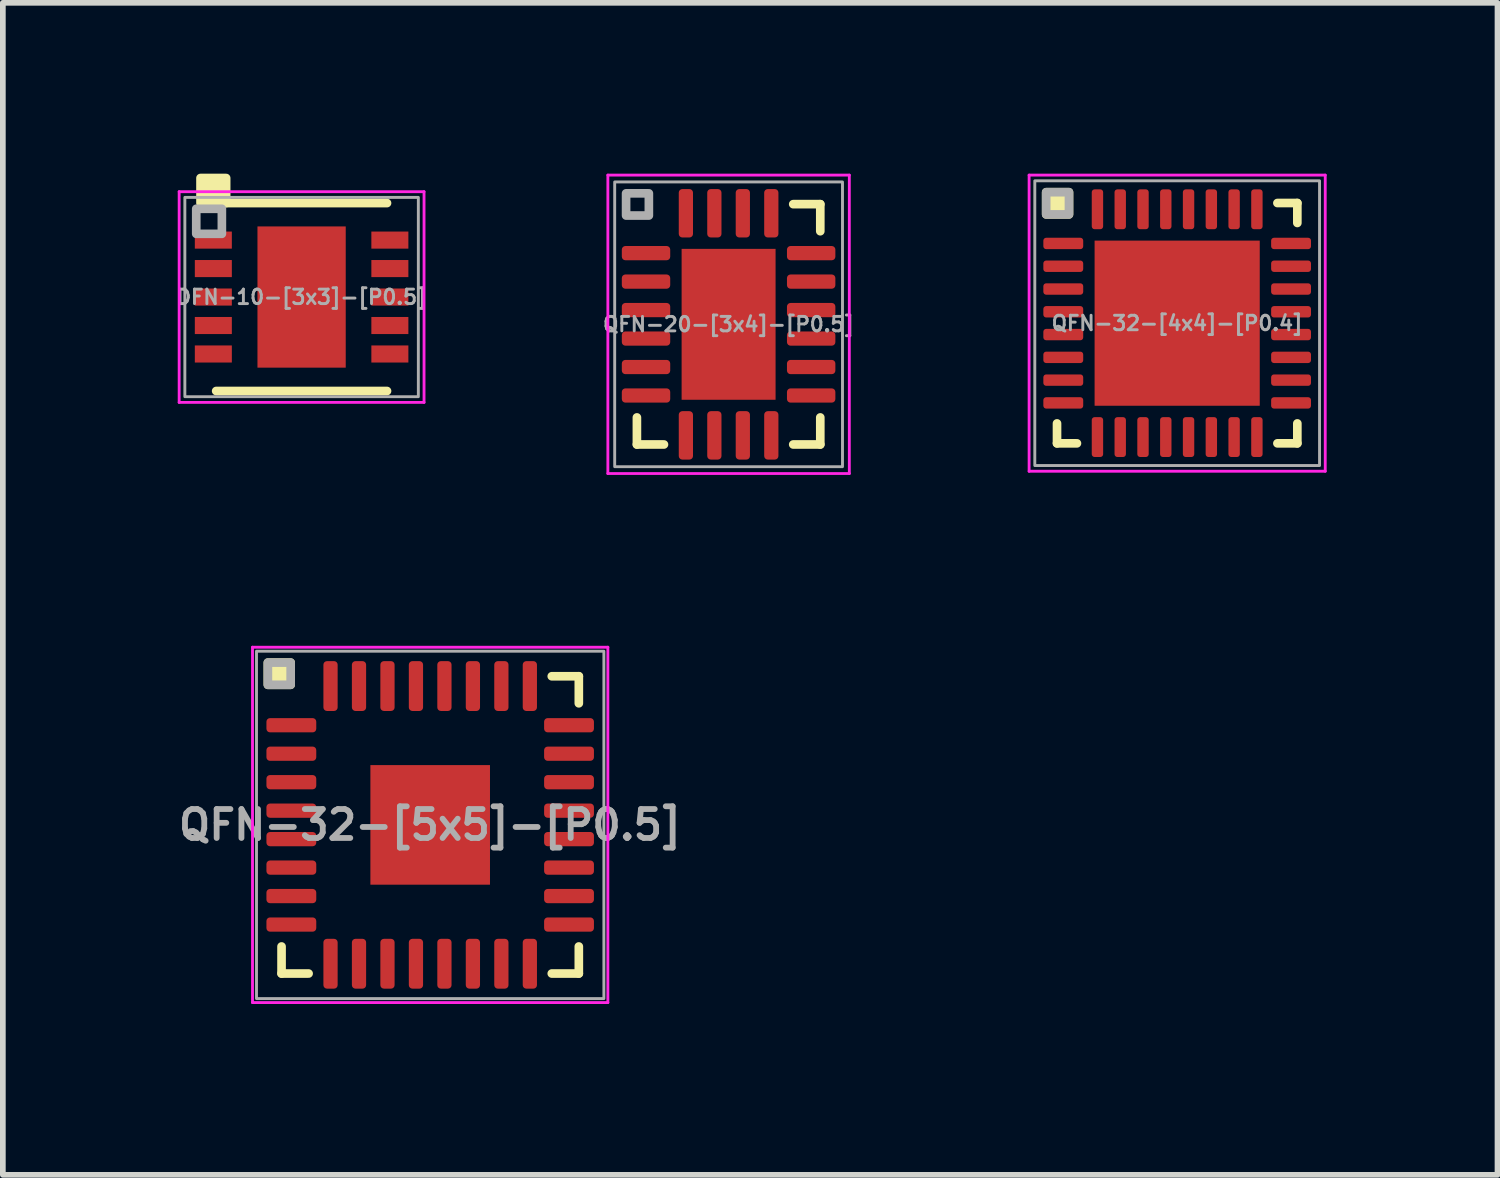
<source format=kicad_pcb>
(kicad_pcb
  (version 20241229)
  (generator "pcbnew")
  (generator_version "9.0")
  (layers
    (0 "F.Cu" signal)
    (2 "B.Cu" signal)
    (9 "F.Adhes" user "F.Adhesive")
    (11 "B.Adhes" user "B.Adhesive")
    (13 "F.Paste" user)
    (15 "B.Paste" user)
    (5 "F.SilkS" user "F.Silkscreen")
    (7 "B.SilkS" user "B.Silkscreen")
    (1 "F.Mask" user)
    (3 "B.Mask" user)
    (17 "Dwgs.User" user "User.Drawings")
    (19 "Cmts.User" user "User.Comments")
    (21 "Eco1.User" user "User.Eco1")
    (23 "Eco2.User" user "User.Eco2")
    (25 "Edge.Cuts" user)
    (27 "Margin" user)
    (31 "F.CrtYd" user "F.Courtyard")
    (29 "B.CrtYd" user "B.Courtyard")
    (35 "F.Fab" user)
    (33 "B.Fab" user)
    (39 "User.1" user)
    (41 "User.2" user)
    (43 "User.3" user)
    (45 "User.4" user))
  (footprint "QFN-20-[3x4]-[P0.5]"
    (layer "F.Cu")
    (at 9.744 2.645)
    (property "Reference" "QFN-20-[3x4]-[P0.5]" (at 0 0 0) (layer "F.Fab") (effects (font (size 0.254 0.254) (thickness 0.051))))
    (attr smd)
    (fp_line (start -1.61 2.11) (end -1.61 1.635) (stroke (width 0.152) (type solid)) (layer "F.SilkS"))
    (fp_line (start -1.135 2.11) (end -1.61 2.11) (stroke (width 0.152) (type solid)) (layer "F.SilkS"))
    (fp_line (start 1.135 -2.11) (end 1.61 -2.11) (stroke (width 0.152) (type solid)) (layer "F.SilkS"))
    (fp_line (start 1.135 2.11) (end 1.61 2.11) (stroke (width 0.152) (type solid)) (layer "F.SilkS"))
    (fp_line (start 1.61 -2.11) (end 1.61 -1.635) (stroke (width 0.152) (type solid)) (layer "F.SilkS"))
    (fp_line (start 1.61 2.11) (end 1.61 1.635) (stroke (width 0.152) (type solid)) (layer "F.SilkS"))
    (fp_line (start -2.12 -2.62) (end -2.12 2.62) (stroke (width 0.05) (type solid)) (layer "F.CrtYd"))
    (fp_line (start -2.12 2.62) (end 2.12 2.62) (stroke (width 0.05) (type solid)) (layer "F.CrtYd"))
    (fp_line (start 2.12 -2.62) (end -2.12 -2.62) (stroke (width 0.05) (type solid)) (layer "F.CrtYd"))
    (fp_line (start 2.12 2.62) (end 2.12 -2.62) (stroke (width 0.05) (type solid)) (layer "F.CrtYd"))
    (fp_rect (start -2 -2.5) (end 2 2.5) (stroke (width 0.051) (type solid)) (fill no) (layer "F.Fab"))
    (fp_rect (start -1.8 -1.91) (end -1.4 -2.3) (stroke (width 0.152) (type solid)) (fill no) (layer "F.Fab"))
    (pad "" smd roundrect (at -0.41 -0.66) (size 0.67 1.07) (layers "F.Paste") (roundrect_rratio 0.25))
    (pad "" smd roundrect (at -0.41 0.66) (size 0.67 1.07) (layers "F.Paste") (roundrect_rratio 0.25))
    (pad "" smd roundrect (at 0.41 -0.66) (size 0.67 1.07) (layers "F.Paste") (roundrect_rratio 0.25))
    (pad "" smd roundrect (at 0.41 0.66) (size 0.67 1.07) (layers "F.Paste") (roundrect_rratio 0.25))
    (pad "1" smd roundrect (at -1.45 -1.25) (size 0.85 0.25) (layers "F.Cu" "F.Mask" "F.Paste") (roundrect_rratio 0.25))
    (pad "2" smd roundrect (at -1.45 -0.75) (size 0.85 0.25) (layers "F.Cu" "F.Mask" "F.Paste") (roundrect_rratio 0.25))
    (pad "3" smd roundrect (at -1.45 -0.25) (size 0.85 0.25) (layers "F.Cu" "F.Mask" "F.Paste") (roundrect_rratio 0.25))
    (pad "4" smd roundrect (at -1.45 0.25) (size 0.85 0.25) (layers "F.Cu" "F.Mask" "F.Paste") (roundrect_rratio 0.25))
    (pad "5" smd roundrect (at -1.45 0.75) (size 0.85 0.25) (layers "F.Cu" "F.Mask" "F.Paste") (roundrect_rratio 0.25))
    (pad "6" smd roundrect (at -1.45 1.25) (size 0.85 0.25) (layers "F.Cu" "F.Mask" "F.Paste") (roundrect_rratio 0.25))
    (pad "7" smd roundrect (at -0.75 1.95) (size 0.25 0.85) (layers "F.Cu" "F.Mask" "F.Paste") (roundrect_rratio 0.25))
    (pad "8" smd roundrect (at -0.25 1.95) (size 0.25 0.85) (layers "F.Cu" "F.Mask" "F.Paste") (roundrect_rratio 0.25))
    (pad "9" smd roundrect (at 0.25 1.95) (size 0.25 0.85) (layers "F.Cu" "F.Mask" "F.Paste") (roundrect_rratio 0.25))
    (pad "10" smd roundrect (at 0.75 1.95) (size 0.25 0.85) (layers "F.Cu" "F.Mask" "F.Paste") (roundrect_rratio 0.25))
    (pad "11" smd roundrect (at 1.45 1.25) (size 0.85 0.25) (layers "F.Cu" "F.Mask" "F.Paste") (roundrect_rratio 0.25))
    (pad "12" smd roundrect (at 1.45 0.75) (size 0.85 0.25) (layers "F.Cu" "F.Mask" "F.Paste") (roundrect_rratio 0.25))
    (pad "13" smd roundrect (at 1.45 0.25) (size 0.85 0.25) (layers "F.Cu" "F.Mask" "F.Paste") (roundrect_rratio 0.25))
    (pad "14" smd roundrect (at 1.45 -0.25) (size 0.85 0.25) (layers "F.Cu" "F.Mask" "F.Paste") (roundrect_rratio 0.25))
    (pad "15" smd roundrect (at 1.45 -0.75) (size 0.85 0.25) (layers "F.Cu" "F.Mask" "F.Paste") (roundrect_rratio 0.25))
    (pad "16" smd roundrect (at 1.45 -1.25) (size 0.85 0.25) (layers "F.Cu" "F.Mask" "F.Paste") (roundrect_rratio 0.25))
    (pad "17" smd roundrect (at 0.75 -1.95) (size 0.25 0.85) (layers "F.Cu" "F.Mask" "F.Paste") (roundrect_rratio 0.25))
    (pad "18" smd roundrect (at 0.25 -1.95) (size 0.25 0.85) (layers "F.Cu" "F.Mask" "F.Paste") (roundrect_rratio 0.25))
    (pad "19" smd roundrect (at -0.25 -1.95) (size 0.25 0.85) (layers "F.Cu" "F.Mask" "F.Paste") (roundrect_rratio 0.25))
    (pad "20" smd roundrect (at -0.75 -1.95) (size 0.25 0.85) (layers "F.Cu" "F.Mask" "F.Paste") (roundrect_rratio 0.25))
    (pad "21" smd rect (at 0 0) (size 1.65 2.65) (layers "F.Cu" "F.Mask")))
  (footprint "DFN-10-[3x3]-[P0.5]"
    (layer "F.Cu")
    (at 2.246 2.166)
    (property "Reference" "DFN-10-[3x3]-[P0.5]" (at 0 0 180) (layer "F.Fab") (effects (font (size 0.254 0.254) (thickness 0.051))))
    (attr smd)
    (fp_line (start -1.5 1.65) (end 1.5 1.65) (stroke (width 0.152) (type solid)) (layer "F.SilkS"))
    (fp_line (start -1.325 -1.65) (end 1.5 -1.65) (stroke (width 0.152) (type solid)) (layer "F.SilkS"))
    (fp_rect (start -1.775 -1.65) (end -1.325 -2.09) (stroke (width 0.152) (type solid)) (fill yes) (layer "F.SilkS"))
    (fp_line (start -2.15 -1.85) (end -2.15 1.85) (stroke (width 0.05) (type solid)) (layer "F.CrtYd"))
    (fp_line (start -2.15 -1.85) (end 2.15 -1.85) (stroke (width 0.05) (type solid)) (layer "F.CrtYd"))
    (fp_line (start -2.15 1.85) (end 2.15 1.85) (stroke (width 0.05) (type solid)) (layer "F.CrtYd"))
    (fp_line (start 2.15 -1.85) (end 2.15 1.85) (stroke (width 0.05) (type solid)) (layer "F.CrtYd"))
    (fp_rect (start -2.05 -1.75) (end 2.05 1.75) (stroke (width 0.051) (type solid)) (fill no) (layer "F.Fab"))
    (fp_rect (start -1.85 -1.11) (end -1.4 -1.55) (stroke (width 0.152) (type solid)) (fill no) (layer "F.Fab"))
    (pad "" smd rect (at -0.388 -0.62) (size 0.6 1.05) (layers "F.Paste"))
    (pad "" smd rect (at -0.388 0.62) (size 0.6 1.05) (layers "F.Paste"))
    (pad "" smd rect (at 0.388 -0.62) (size 0.6 1.05) (layers "F.Paste"))
    (pad "" smd rect (at 0.388 0.62) (size 0.6 1.05) (layers "F.Paste"))
    (pad "1" smd rect (at -1.55 -1) (size 0.65 0.3) (layers "F.Cu" "F.Mask" "F.Paste"))
    (pad "2" smd rect (at -1.55 -0.5) (size 0.65 0.3) (layers "F.Cu" "F.Mask" "F.Paste"))
    (pad "3" smd rect (at -1.55 0) (size 0.65 0.3) (layers "F.Cu" "F.Mask" "F.Paste"))
    (pad "4" smd rect (at -1.55 0.5) (size 0.65 0.3) (layers "F.Cu" "F.Mask" "F.Paste"))
    (pad "5" smd rect (at -1.55 1) (size 0.65 0.3) (layers "F.Cu" "F.Mask" "F.Paste"))
    (pad "6" smd rect (at 1.55 1) (size 0.65 0.3) (layers "F.Cu" "F.Mask" "F.Paste"))
    (pad "7" smd rect (at 1.55 0.5) (size 0.65 0.3) (layers "F.Cu" "F.Mask" "F.Paste"))
    (pad "8" smd rect (at 1.55 0) (size 0.65 0.3) (layers "F.Cu" "F.Mask" "F.Paste"))
    (pad "9" smd rect (at 1.55 -0.5) (size 0.65 0.3) (layers "F.Cu" "F.Mask" "F.Paste"))
    (pad "10" smd rect (at 1.55 -1) (size 0.65 0.3) (layers "F.Cu" "F.Mask" "F.Paste"))
    (pad "11" smd rect (at 0 0) (size 1.55 2.48) (layers "F.Cu" "F.Mask")))
  (footprint "QFN-32-[4x4]-[P0.4]"
    (layer "F.Cu")
    (at 17.621 2.625)
    (property "Reference" "QFN-32-[4x4]-[P0.4]" (at 0 0 0) (layer "F.Fab") (effects (font (size 0.254 0.254) (thickness 0.051))))
    (attr smd)
    (fp_line (start -2.11 2.11) (end -2.11 1.76) (stroke (width 0.152) (type solid)) (layer "F.SilkS"))
    (fp_line (start -1.76 2.11) (end -2.11 2.11) (stroke (width 0.152) (type solid)) (layer "F.SilkS"))
    (fp_line (start 1.76 -2.11) (end 2.11 -2.11) (stroke (width 0.152) (type solid)) (layer "F.SilkS"))
    (fp_line (start 1.76 2.11) (end 2.11 2.11) (stroke (width 0.152) (type solid)) (layer "F.SilkS"))
    (fp_line (start 2.11 -2.11) (end 2.11 -1.76) (stroke (width 0.152) (type solid)) (layer "F.SilkS"))
    (fp_line (start 2.11 2.11) (end 2.11 1.76) (stroke (width 0.152) (type solid)) (layer "F.SilkS"))
    (fp_rect (start -2.3 -1.91) (end -1.9 -2.3) (stroke (width 0.152) (type solid)) (fill yes) (layer "F.SilkS"))
    (fp_line (start -2.6 -2.6) (end -2.6 2.6) (stroke (width 0.05) (type solid)) (layer "F.CrtYd"))
    (fp_line (start -2.6 2.6) (end 2.6 2.6) (stroke (width 0.05) (type solid)) (layer "F.CrtYd"))
    (fp_line (start 2.6 -2.6) (end -2.6 -2.6) (stroke (width 0.05) (type solid)) (layer "F.CrtYd"))
    (fp_line (start 2.6 2.6) (end 2.6 -2.6) (stroke (width 0.05) (type solid)) (layer "F.CrtYd"))
    (fp_rect (start -2.5 -2.5) (end 2.5 2.5) (stroke (width 0.051) (type solid)) (fill no) (layer "F.Fab"))
    (fp_rect (start -2.3 -1.91) (end -1.9 -2.3) (stroke (width 0.152) (type solid)) (fill no) (layer "F.Fab"))
    (pad "" smd roundrect (at -0.725 -0.725) (size 1.17 1.17) (layers "F.Paste") (roundrect_rratio 0.214))
    (pad "" smd roundrect (at -0.725 0.725) (size 1.17 1.17) (layers "F.Paste") (roundrect_rratio 0.214))
    (pad "" smd roundrect (at 0.725 -0.725) (size 1.17 1.17) (layers "F.Paste") (roundrect_rratio 0.214))
    (pad "" smd roundrect (at 0.725 0.725) (size 1.17 1.17) (layers "F.Paste") (roundrect_rratio 0.214))
    (pad "1" smd roundrect (at -2 -1.4) (size 0.7 0.2) (layers "F.Cu" "F.Mask" "F.Paste") (roundrect_rratio 0.25))
    (pad "2" smd roundrect (at -2 -1) (size 0.7 0.2) (layers "F.Cu" "F.Mask" "F.Paste") (roundrect_rratio 0.25))
    (pad "3" smd roundrect (at -2 -0.6) (size 0.7 0.2) (layers "F.Cu" "F.Mask" "F.Paste") (roundrect_rratio 0.25))
    (pad "4" smd roundrect (at -2 -0.2) (size 0.7 0.2) (layers "F.Cu" "F.Mask" "F.Paste") (roundrect_rratio 0.25))
    (pad "5" smd roundrect (at -2 0.2) (size 0.7 0.2) (layers "F.Cu" "F.Mask" "F.Paste") (roundrect_rratio 0.25))
    (pad "6" smd roundrect (at -2 0.6) (size 0.7 0.2) (layers "F.Cu" "F.Mask" "F.Paste") (roundrect_rratio 0.25))
    (pad "7" smd roundrect (at -2 1) (size 0.7 0.2) (layers "F.Cu" "F.Mask" "F.Paste") (roundrect_rratio 0.25))
    (pad "8" smd roundrect (at -2 1.4) (size 0.7 0.2) (layers "F.Cu" "F.Mask" "F.Paste") (roundrect_rratio 0.25))
    (pad "9" smd roundrect (at -1.4 2) (size 0.2 0.7) (layers "F.Cu" "F.Mask" "F.Paste") (roundrect_rratio 0.25))
    (pad "10" smd roundrect (at -1 2) (size 0.2 0.7) (layers "F.Cu" "F.Mask" "F.Paste") (roundrect_rratio 0.25))
    (pad "11" smd roundrect (at -0.6 2) (size 0.2 0.7) (layers "F.Cu" "F.Mask" "F.Paste") (roundrect_rratio 0.25))
    (pad "12" smd roundrect (at -0.2 2) (size 0.2 0.7) (layers "F.Cu" "F.Mask" "F.Paste") (roundrect_rratio 0.25))
    (pad "13" smd roundrect (at 0.2 2) (size 0.2 0.7) (layers "F.Cu" "F.Mask" "F.Paste") (roundrect_rratio 0.25))
    (pad "14" smd roundrect (at 0.6 2) (size 0.2 0.7) (layers "F.Cu" "F.Mask" "F.Paste") (roundrect_rratio 0.25))
    (pad "15" smd roundrect (at 1 2) (size 0.2 0.7) (layers "F.Cu" "F.Mask" "F.Paste") (roundrect_rratio 0.25))
    (pad "16" smd roundrect (at 1.4 2) (size 0.2 0.7) (layers "F.Cu" "F.Mask" "F.Paste") (roundrect_rratio 0.25))
    (pad "17" smd roundrect (at 2 1.4) (size 0.7 0.2) (layers "F.Cu" "F.Mask" "F.Paste") (roundrect_rratio 0.25))
    (pad "18" smd roundrect (at 2 1) (size 0.7 0.2) (layers "F.Cu" "F.Mask" "F.Paste") (roundrect_rratio 0.25))
    (pad "19" smd roundrect (at 2 0.6) (size 0.7 0.2) (layers "F.Cu" "F.Mask" "F.Paste") (roundrect_rratio 0.25))
    (pad "20" smd roundrect (at 2 0.2) (size 0.7 0.2) (layers "F.Cu" "F.Mask" "F.Paste") (roundrect_rratio 0.25))
    (pad "21" smd roundrect (at 2 -0.2) (size 0.7 0.2) (layers "F.Cu" "F.Mask" "F.Paste") (roundrect_rratio 0.25))
    (pad "22" smd roundrect (at 2 -0.6) (size 0.7 0.2) (layers "F.Cu" "F.Mask" "F.Paste") (roundrect_rratio 0.25))
    (pad "23" smd roundrect (at 2 -1) (size 0.7 0.2) (layers "F.Cu" "F.Mask" "F.Paste") (roundrect_rratio 0.25))
    (pad "24" smd roundrect (at 2 -1.4) (size 0.7 0.2) (layers "F.Cu" "F.Mask" "F.Paste") (roundrect_rratio 0.25))
    (pad "25" smd roundrect (at 1.4 -2) (size 0.2 0.7) (layers "F.Cu" "F.Mask" "F.Paste") (roundrect_rratio 0.25))
    (pad "26" smd roundrect (at 1 -2) (size 0.2 0.7) (layers "F.Cu" "F.Mask" "F.Paste") (roundrect_rratio 0.25))
    (pad "27" smd roundrect (at 0.6 -2) (size 0.2 0.7) (layers "F.Cu" "F.Mask" "F.Paste") (roundrect_rratio 0.25))
    (pad "28" smd roundrect (at 0.2 -2) (size 0.2 0.7) (layers "F.Cu" "F.Mask" "F.Paste") (roundrect_rratio 0.25))
    (pad "29" smd roundrect (at -0.2 -2) (size 0.2 0.7) (layers "F.Cu" "F.Mask" "F.Paste") (roundrect_rratio 0.25))
    (pad "30" smd roundrect (at -0.6 -2) (size 0.2 0.7) (layers "F.Cu" "F.Mask" "F.Paste") (roundrect_rratio 0.25))
    (pad "31" smd roundrect (at -1 -2) (size 0.2 0.7) (layers "F.Cu" "F.Mask" "F.Paste") (roundrect_rratio 0.25))
    (pad "32" smd roundrect (at -1.4 -2) (size 0.2 0.7) (layers "F.Cu" "F.Mask" "F.Paste") (roundrect_rratio 0.25))
    (pad "33" smd rect (at 0 0) (size 2.9 2.9) (layers "F.Cu" "F.Mask")))
  (footprint "QFN-32-[5x5]-[P0.5]"
    (layer "F.Cu")
    (at 4.504 11.435)
    (property "Reference" "QFN-32-[5x5]-[P0.5]" (at 0 0 0) (layer "F.Fab") (effects (font (size 0.508 0.508) (thickness 0.102))))
    (attr smd)
    (fp_line (start -2.61 2.61) (end -2.61 2.135) (stroke (width 0.152) (type solid)) (layer "F.SilkS"))
    (fp_line (start -2.135 2.61) (end -2.61 2.61) (stroke (width 0.152) (type solid)) (layer "F.SilkS"))
    (fp_line (start 2.135 -2.61) (end 2.61 -2.61) (stroke (width 0.152) (type solid)) (layer "F.SilkS"))
    (fp_line (start 2.135 2.61) (end 2.61 2.61) (stroke (width 0.152) (type solid)) (layer "F.SilkS"))
    (fp_line (start 2.61 -2.61) (end 2.61 -2.135) (stroke (width 0.152) (type solid)) (layer "F.SilkS"))
    (fp_line (start 2.61 2.61) (end 2.61 2.135) (stroke (width 0.152) (type solid)) (layer "F.SilkS"))
    (fp_rect (start -2.85 -2.46) (end -2.45 -2.85) (stroke (width 0.152) (type solid)) (fill yes) (layer "F.SilkS"))
    (fp_line (start -3.12 -3.12) (end -3.12 3.12) (stroke (width 0.05) (type solid)) (layer "F.CrtYd"))
    (fp_line (start -3.12 3.12) (end 3.12 3.12) (stroke (width 0.05) (type solid)) (layer "F.CrtYd"))
    (fp_line (start 3.12 -3.12) (end -3.12 -3.12) (stroke (width 0.05) (type solid)) (layer "F.CrtYd"))
    (fp_line (start 3.12 3.12) (end 3.12 -3.12) (stroke (width 0.05) (type solid)) (layer "F.CrtYd"))
    (fp_rect (start -3.05 -3.05) (end 3.05 3.05) (stroke (width 0.051) (type solid)) (fill no) (layer "F.Fab"))
    (fp_rect (start -2.85 -2.46) (end -2.45 -2.85) (stroke (width 0.152) (type solid)) (fill no) (layer "F.Fab"))
    (pad "1" smd roundrect (at -2.438 -1.75) (size 0.875 0.25) (layers "F.Cu" "F.Mask" "F.Paste") (roundrect_rratio 0.25))
    (pad "2" smd roundrect (at -2.438 -1.25) (size 0.875 0.25) (layers "F.Cu" "F.Mask" "F.Paste") (roundrect_rratio 0.25))
    (pad "3" smd roundrect (at -2.438 -0.75) (size 0.875 0.25) (layers "F.Cu" "F.Mask" "F.Paste") (roundrect_rratio 0.25))
    (pad "4" smd roundrect (at -2.438 -0.25) (size 0.875 0.25) (layers "F.Cu" "F.Mask" "F.Paste") (roundrect_rratio 0.25))
    (pad "5" smd roundrect (at -2.438 0.25) (size 0.875 0.25) (layers "F.Cu" "F.Mask" "F.Paste") (roundrect_rratio 0.25))
    (pad "6" smd roundrect (at -2.438 0.75) (size 0.875 0.25) (layers "F.Cu" "F.Mask" "F.Paste") (roundrect_rratio 0.25))
    (pad "7" smd roundrect (at -2.438 1.25) (size 0.875 0.25) (layers "F.Cu" "F.Mask" "F.Paste") (roundrect_rratio 0.25))
    (pad "8" smd roundrect (at -2.438 1.75) (size 0.875 0.25) (layers "F.Cu" "F.Mask" "F.Paste") (roundrect_rratio 0.25))
    (pad "9" smd roundrect (at -1.75 2.438) (size 0.25 0.875) (layers "F.Cu" "F.Mask" "F.Paste") (roundrect_rratio 0.25))
    (pad "10" smd roundrect (at -1.25 2.438) (size 0.25 0.875) (layers "F.Cu" "F.Mask" "F.Paste") (roundrect_rratio 0.25))
    (pad "11" smd roundrect (at -0.75 2.438) (size 0.25 0.875) (layers "F.Cu" "F.Mask" "F.Paste") (roundrect_rratio 0.25))
    (pad "12" smd roundrect (at -0.25 2.438) (size 0.25 0.875) (layers "F.Cu" "F.Mask" "F.Paste") (roundrect_rratio 0.25))
    (pad "13" smd roundrect (at 0.25 2.438) (size 0.25 0.875) (layers "F.Cu" "F.Mask" "F.Paste") (roundrect_rratio 0.25))
    (pad "14" smd roundrect (at 0.75 2.438) (size 0.25 0.875) (layers "F.Cu" "F.Mask" "F.Paste") (roundrect_rratio 0.25))
    (pad "15" smd roundrect (at 1.25 2.438) (size 0.25 0.875) (layers "F.Cu" "F.Mask" "F.Paste") (roundrect_rratio 0.25))
    (pad "16" smd roundrect (at 1.75 2.438) (size 0.25 0.875) (layers "F.Cu" "F.Mask" "F.Paste") (roundrect_rratio 0.25))
    (pad "17" smd roundrect (at 2.438 1.75) (size 0.875 0.25) (layers "F.Cu" "F.Mask" "F.Paste") (roundrect_rratio 0.25))
    (pad "18" smd roundrect (at 2.438 1.25) (size 0.875 0.25) (layers "F.Cu" "F.Mask" "F.Paste") (roundrect_rratio 0.25))
    (pad "19" smd roundrect (at 2.438 0.75) (size 0.875 0.25) (layers "F.Cu" "F.Mask" "F.Paste") (roundrect_rratio 0.25))
    (pad "20" smd roundrect (at 2.438 0.25) (size 0.875 0.25) (layers "F.Cu" "F.Mask" "F.Paste") (roundrect_rratio 0.25))
    (pad "21" smd roundrect (at 2.438 -0.25) (size 0.875 0.25) (layers "F.Cu" "F.Mask" "F.Paste") (roundrect_rratio 0.25))
    (pad "22" smd roundrect (at 2.438 -0.75) (size 0.875 0.25) (layers "F.Cu" "F.Mask" "F.Paste") (roundrect_rratio 0.25))
    (pad "23" smd roundrect (at 2.438 -1.25) (size 0.875 0.25) (layers "F.Cu" "F.Mask" "F.Paste") (roundrect_rratio 0.25))
    (pad "24" smd roundrect (at 2.438 -1.75) (size 0.875 0.25) (layers "F.Cu" "F.Mask" "F.Paste") (roundrect_rratio 0.25))
    (pad "25" smd roundrect (at 1.75 -2.438) (size 0.25 0.875) (layers "F.Cu" "F.Mask" "F.Paste") (roundrect_rratio 0.25))
    (pad "26" smd roundrect (at 1.25 -2.438) (size 0.25 0.875) (layers "F.Cu" "F.Mask" "F.Paste") (roundrect_rratio 0.25))
    (pad "27" smd roundrect (at 0.75 -2.438) (size 0.25 0.875) (layers "F.Cu" "F.Mask" "F.Paste") (roundrect_rratio 0.25))
    (pad "28" smd roundrect (at 0.25 -2.438) (size 0.25 0.875) (layers "F.Cu" "F.Mask" "F.Paste") (roundrect_rratio 0.25))
    (pad "29" smd roundrect (at -0.25 -2.438) (size 0.25 0.875) (layers "F.Cu" "F.Mask" "F.Paste") (roundrect_rratio 0.25))
    (pad "30" smd roundrect (at -0.75 -2.438) (size 0.25 0.875) (layers "F.Cu" "F.Mask" "F.Paste") (roundrect_rratio 0.25))
    (pad "31" smd roundrect (at -1.25 -2.438) (size 0.25 0.875) (layers "F.Cu" "F.Mask" "F.Paste") (roundrect_rratio 0.25))
    (pad "32" smd roundrect (at -1.75 -2.438) (size 0.25 0.875) (layers "F.Cu" "F.Mask" "F.Paste") (roundrect_rratio 0.25))
    (pad "33" smd rect (at 0 0) (size 2.1 2.1) (layers "F.Cu" "F.Mask")))
  (gr_rect
    (start -3 -3)
    (end 23.246 17.58)
    (stroke (width 0.1) (type default))
    (fill no)
    (layer "Edge.Cuts")))
</source>
